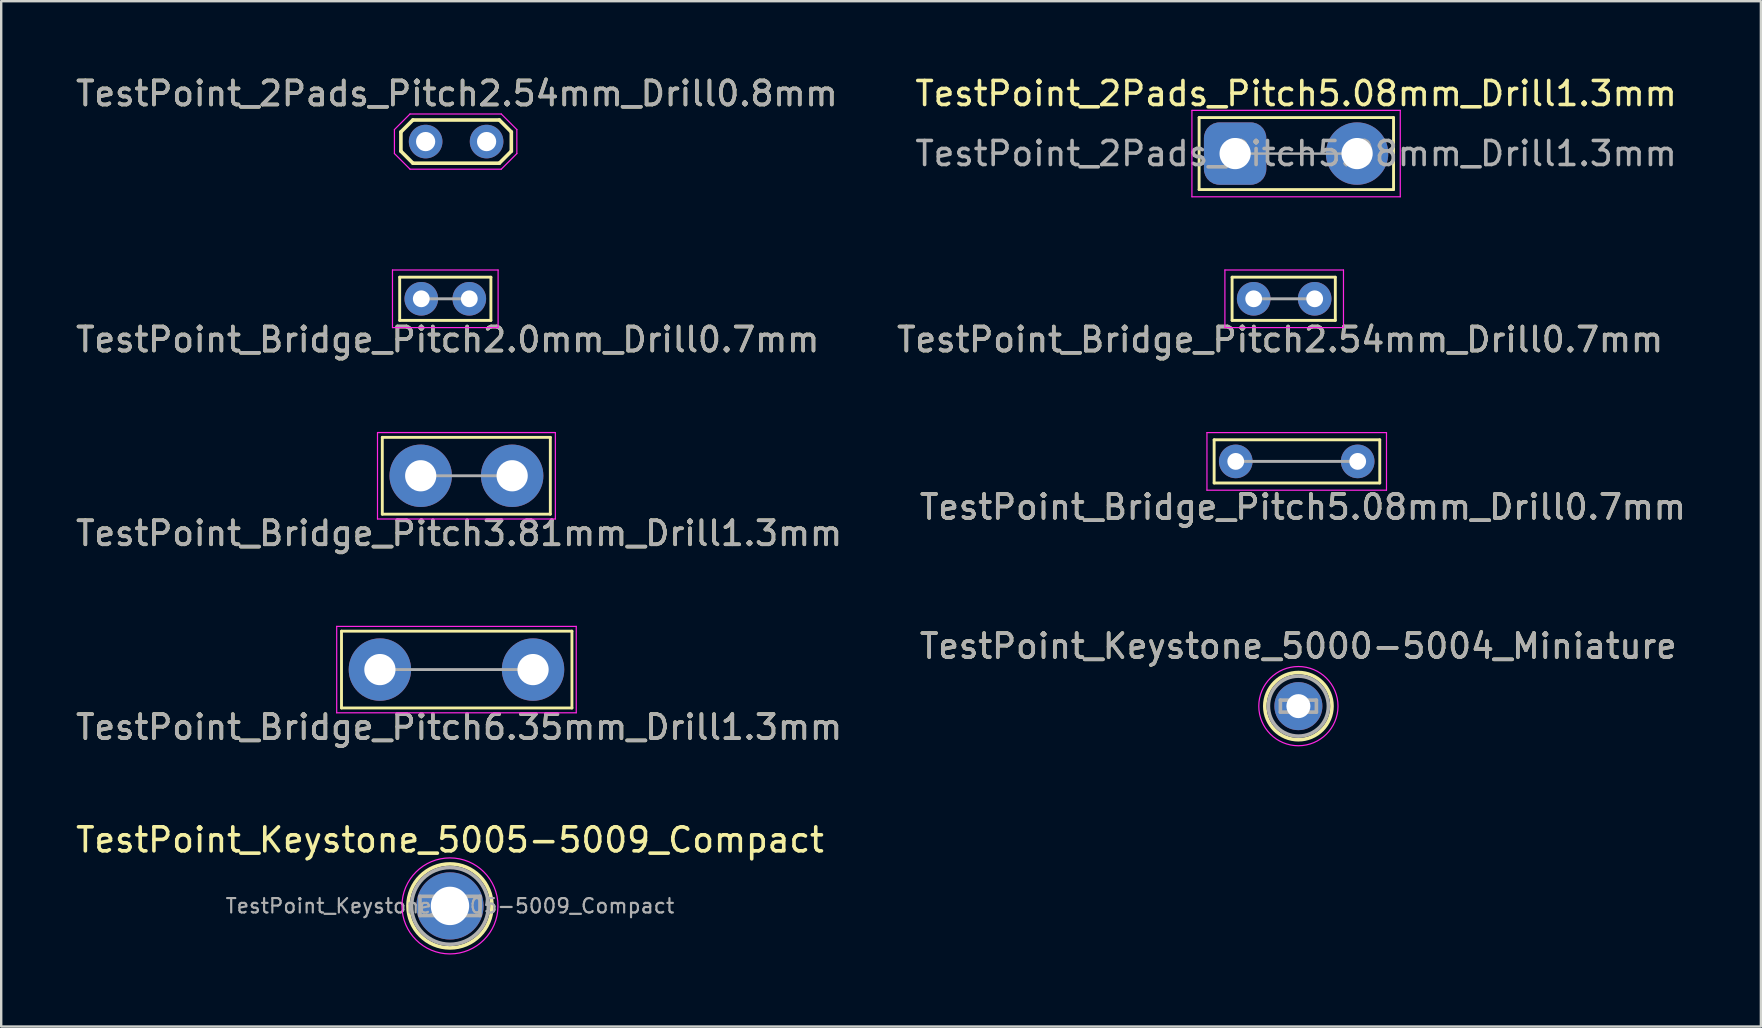
<source format=kicad_pcb>
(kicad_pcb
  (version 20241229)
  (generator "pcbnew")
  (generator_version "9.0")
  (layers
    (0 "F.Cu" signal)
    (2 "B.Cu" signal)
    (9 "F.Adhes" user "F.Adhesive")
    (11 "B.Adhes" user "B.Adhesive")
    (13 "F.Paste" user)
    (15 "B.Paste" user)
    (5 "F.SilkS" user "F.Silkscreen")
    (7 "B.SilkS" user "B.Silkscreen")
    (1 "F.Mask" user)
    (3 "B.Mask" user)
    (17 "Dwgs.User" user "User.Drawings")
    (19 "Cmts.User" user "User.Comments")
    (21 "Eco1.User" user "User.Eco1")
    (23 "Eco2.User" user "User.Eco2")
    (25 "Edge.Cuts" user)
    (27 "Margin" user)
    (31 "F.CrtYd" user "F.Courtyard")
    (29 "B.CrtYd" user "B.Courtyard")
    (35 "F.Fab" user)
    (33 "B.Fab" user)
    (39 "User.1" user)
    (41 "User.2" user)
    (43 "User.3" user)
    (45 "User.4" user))
  (footprint "TestPoint_Bridge_Pitch5.08mm_Drill0.7mm"
    (layer "F.Cu")
    (at 48.432 16.172)
    (property "Reference" "TestPoint_Bridge_Pitch5.08mm_Drill0.7mm" (at 2.8 1.9 0) (layer "F.SilkS") (effects (font (size 1 1) (thickness 0.15))))
    (attr through_hole)
    (fp_line (start -0.9 -0.9) (end 6 -0.9) (stroke (width 0.12) (type solid)) (layer "F.SilkS"))
    (fp_line (start -0.9 0.9) (end -0.9 -0.9) (stroke (width 0.12) (type solid)) (layer "F.SilkS"))
    (fp_line (start 6 -0.9) (end 6 0.9) (stroke (width 0.12) (type solid)) (layer "F.SilkS"))
    (fp_line (start 6 0.9) (end -0.9 0.9) (stroke (width 0.12) (type solid)) (layer "F.SilkS"))
    (fp_line (start -1.2 -1.2) (end -1.2 1.2) (stroke (width 0.05) (type solid)) (layer "F.CrtYd"))
    (fp_line (start -1.2 -1.2) (end 6.28 -1.2) (stroke (width 0.05) (type solid)) (layer "F.CrtYd"))
    (fp_line (start 6.28 1.2) (end -1.2 1.2) (stroke (width 0.05) (type solid)) (layer "F.CrtYd"))
    (fp_line (start 6.28 1.2) (end 6.28 -1.2) (stroke (width 0.05) (type solid)) (layer "F.CrtYd"))
    (fp_line (start 5.08 0) (end 0 0) (stroke (width 0.12) (type solid)) (layer "F.Fab"))
    (fp_text user "${REFERENCE}" (at 2.8 1.9 0) (layer "F.Fab") (effects (font (size 1 1) (thickness 0.15))))
    (pad "1" thru_hole circle (at 0 0) (size 1.4 1.4) (drill 0.7) (layers "*.Cu" "*.Mask"))
    (pad "1" thru_hole circle (at 5.08 0) (size 1.4 1.4) (drill 0.7) (layers "*.Cu" "*.Mask")))
  (footprint "TestPoint_2Pads_Pitch5.08mm_Drill1.3mm"
    (layer "F.Cu")
    (at 48.406 3.348)
    (property "Reference" "TestPoint_2Pads_Pitch5.08mm_Drill1.3mm" (at 2.54 -2.5 0) (layer "F.SilkS") (effects (font (size 1 1) (thickness 0.15))))
    (attr exclude_from_pos_files exclude_from_bom)
    (fp_line (start -1.5 -1.5) (end -1.5 1.5) (stroke (width 0.12) (type solid)) (layer "F.SilkS"))
    (fp_line (start -1.5 -1.5) (end 6.6 -1.5) (stroke (width 0.12) (type solid)) (layer "F.SilkS"))
    (fp_line (start 6.6 1.5) (end -1.5 1.5) (stroke (width 0.12) (type solid)) (layer "F.SilkS"))
    (fp_line (start 6.6 1.5) (end 6.6 -1.5) (stroke (width 0.12) (type solid)) (layer "F.SilkS"))
    (fp_line (start -1.8 -1.8) (end -1.8 1.8) (stroke (width 0.05) (type solid)) (layer "F.CrtYd"))
    (fp_line (start -1.8 -1.8) (end 6.88 -1.8) (stroke (width 0.05) (type solid)) (layer "F.CrtYd"))
    (fp_line (start 6.88 1.8) (end -1.8 1.8) (stroke (width 0.05) (type solid)) (layer "F.CrtYd"))
    (fp_line (start 6.88 1.8) (end 6.88 -1.8) (stroke (width 0.05) (type solid)) (layer "F.CrtYd"))
    (fp_line (start 5.08 0) (end 0 0) (stroke (width 0.1) (type solid)) (layer "F.Fab"))
    (fp_text user "${REFERENCE}" (at 2.54 0 0) (layer "F.Fab") (effects (font (size 1 1) (thickness 0.15))))
    (pad "1" thru_hole roundrect (at 0 0) (size 2.6 2.6) (drill 1.3) (layers "*.Cu" "*.Mask") (roundrect_rratio 0.25))
    (pad "2" thru_hole circle (at 5.08 0) (size 2.6 2.6) (drill 1.3) (layers "*.Cu" "*.Mask")))
  (footprint "TestPoint_Bridge_Pitch2.0mm_Drill0.7mm"
    (layer "F.Cu")
    (at 14.501 9.398)
    (property "Reference" "TestPoint_Bridge_Pitch2.0mm_Drill0.7mm" (at 1.1 1.7 0) (layer "F.SilkS") (effects (font (size 1 1) (thickness 0.15))))
    (attr through_hole)
    (fp_line (start -0.9 -0.9) (end -0.9 0.9) (stroke (width 0.12) (type solid)) (layer "F.SilkS"))
    (fp_line (start -0.9 0.9) (end 2.9 0.9) (stroke (width 0.12) (type solid)) (layer "F.SilkS"))
    (fp_line (start 2.9 -0.9) (end -0.9 -0.9) (stroke (width 0.12) (type solid)) (layer "F.SilkS"))
    (fp_line (start 2.9 0.9) (end 2.9 -0.9) (stroke (width 0.12) (type solid)) (layer "F.SilkS"))
    (fp_line (start -1.2 1.2) (end -1.2 -1.2) (stroke (width 0.05) (type solid)) (layer "F.CrtYd"))
    (fp_line (start -1.2 1.2) (end 3.2 1.2) (stroke (width 0.05) (type solid)) (layer "F.CrtYd"))
    (fp_line (start 3.2 -1.2) (end -1.2 -1.2) (stroke (width 0.05) (type solid)) (layer "F.CrtYd"))
    (fp_line (start 3.2 -1.2) (end 3.2 1.2) (stroke (width 0.05) (type solid)) (layer "F.CrtYd"))
    (fp_line (start 2 0) (end 0 0) (stroke (width 0.12) (type solid)) (layer "F.Fab"))
    (fp_text user "${REFERENCE}" (at 1.1 1.7 0) (layer "F.Fab") (effects (font (size 1 1) (thickness 0.15))))
    (pad "1" thru_hole circle (at 0 0) (size 1.4 1.4) (drill 0.7) (layers "*.Cu" "*.Mask"))
    (pad "1" thru_hole circle (at 2 0) (size 1.4 1.4) (drill 0.7) (layers "*.Cu" "*.Mask")))
  (footprint "TestPoint_Keystone_5000-5004_Miniature"
    (layer "F.Cu")
    (at 51.042 26.368)
    (property "Reference" "TestPoint_Keystone_5000-5004_Miniature" (at 0 -2.5 0) (layer "F.SilkS") (effects (font (size 1 1) (thickness 0.15))))
    (attr through_hole)
    (fp_circle (center 0 0) (end 1.4 0) (stroke (width 0.15) (type solid)) (fill no) (layer "F.SilkS"))
    (fp_circle (center 0 0) (end 1.65 0) (stroke (width 0.05) (type solid)) (fill no) (layer "F.CrtYd"))
    (fp_line (start -0.75 -0.25) (end 0.75 -0.25) (stroke (width 0.15) (type solid)) (layer "F.Fab"))
    (fp_line (start -0.75 0.25) (end -0.75 -0.25) (stroke (width 0.15) (type solid)) (layer "F.Fab"))
    (fp_line (start 0.75 -0.25) (end 0.75 0.25) (stroke (width 0.15) (type solid)) (layer "F.Fab"))
    (fp_line (start 0.75 0.25) (end -0.75 0.25) (stroke (width 0.15) (type solid)) (layer "F.Fab"))
    (fp_circle (center 0 0) (end 1.25 0) (stroke (width 0.15) (type solid)) (fill no) (layer "F.Fab"))
    (fp_text user "${REFERENCE}" (at 0 -2.5 0) (layer "F.Fab") (effects (font (size 1 1) (thickness 0.15))))
    (pad "1" thru_hole circle (at 0 0) (size 2 2) (drill 1) (layers "*.Cu" "*.Mask")))
  (footprint "TestPoint_Bridge_Pitch6.35mm_Drill1.3mm"
    (layer "F.Cu")
    (at 12.777 24.845)
    (property "Reference" "TestPoint_Bridge_Pitch6.35mm_Drill1.3mm" (at 3.3 2.4 0) (layer "F.SilkS") (effects (font (size 1 1) (thickness 0.15))))
    (attr through_hole)
    (fp_line (start -1.6 -1.6) (end 8 -1.6) (stroke (width 0.12) (type solid)) (layer "F.SilkS"))
    (fp_line (start -1.6 1.6) (end -1.6 -1.6) (stroke (width 0.12) (type solid)) (layer "F.SilkS"))
    (fp_line (start 8 -1.6) (end 8 1.6) (stroke (width 0.12) (type solid)) (layer "F.SilkS"))
    (fp_line (start 8 1.6) (end -1.6 1.6) (stroke (width 0.12) (type solid)) (layer "F.SilkS"))
    (fp_line (start -1.8 -1.8) (end -1.8 1.8) (stroke (width 0.05) (type solid)) (layer "F.CrtYd"))
    (fp_line (start -1.8 -1.8) (end 8.18 -1.8) (stroke (width 0.05) (type solid)) (layer "F.CrtYd"))
    (fp_line (start 8.18 1.8) (end -1.8 1.8) (stroke (width 0.05) (type solid)) (layer "F.CrtYd"))
    (fp_line (start 8.18 1.8) (end 8.18 -1.8) (stroke (width 0.05) (type solid)) (layer "F.CrtYd"))
    (fp_line (start 6.35 0) (end 0 0) (stroke (width 0.12) (type solid)) (layer "F.Fab"))
    (fp_text user "${REFERENCE}" (at 3.3 2.4 0) (layer "F.Fab") (effects (font (size 1 1) (thickness 0.15))))
    (pad "1" thru_hole circle (at 0 0) (size 2.6 2.6) (drill 1.3) (layers "*.Cu" "*.Mask"))
    (pad "1" thru_hole circle (at 6.38 0) (size 2.6 2.6) (drill 1.3) (layers "*.Cu" "*.Mask")))
  (footprint "TestPoint_Keystone_5005-5009_Compact"
    (layer "F.Cu")
    (at 15.696 34.691)
    (property "Reference" "TestPoint_Keystone_5005-5009_Compact" (at 0 -2.75 0) (layer "F.SilkS") (effects (font (size 1 1) (thickness 0.15))))
    (attr through_hole)
    (fp_circle (center 0 0) (end 1.75 0) (stroke (width 0.15) (type solid)) (fill no) (layer "F.SilkS"))
    (fp_circle (center 0 0) (end 2 0) (stroke (width 0.05) (type solid)) (fill no) (layer "F.CrtYd"))
    (fp_line (start -1.25 -0.4) (end 1.25 -0.4) (stroke (width 0.15) (type solid)) (layer "F.Fab"))
    (fp_line (start -1.25 0.4) (end -1.25 -0.4) (stroke (width 0.15) (type solid)) (layer "F.Fab"))
    (fp_line (start 1.25 -0.4) (end 1.25 0.4) (stroke (width 0.15) (type solid)) (layer "F.Fab"))
    (fp_line (start 1.25 0.4) (end -1.25 0.4) (stroke (width 0.15) (type solid)) (layer "F.Fab"))
    (fp_circle (center 0 0) (end 1.6 0) (stroke (width 0.15) (type solid)) (fill no) (layer "F.Fab"))
    (fp_text user "${REFERENCE}" (at 0 0 0) (layer "F.Fab") (effects (font (size 0.6 0.6) (thickness 0.09))))
    (pad "1" thru_hole circle (at 0 0) (size 2.8 2.8) (drill 1.6) (layers "*.Cu" "*.Mask")))
  (footprint "TestPoint_Bridge_Pitch3.81mm_Drill1.3mm"
    (layer "F.Cu")
    (at 14.477 16.771)
    (property "Reference" "TestPoint_Bridge_Pitch3.81mm_Drill1.3mm" (at 1.6 2.4 0) (layer "F.SilkS") (effects (font (size 1 1) (thickness 0.15))))
    (attr through_hole)
    (fp_line (start -1.6 -1.6) (end 5.4 -1.6) (stroke (width 0.12) (type solid)) (layer "F.SilkS"))
    (fp_line (start -1.6 1.6) (end -1.6 -1.6) (stroke (width 0.12) (type solid)) (layer "F.SilkS"))
    (fp_line (start 5.4 -1.6) (end 5.4 1.6) (stroke (width 0.12) (type solid)) (layer "F.SilkS"))
    (fp_line (start 5.4 1.6) (end -1.6 1.6) (stroke (width 0.12) (type solid)) (layer "F.SilkS"))
    (fp_line (start -1.8 -1.8) (end -1.8 1.8) (stroke (width 0.05) (type solid)) (layer "F.CrtYd"))
    (fp_line (start -1.8 -1.8) (end 5.61 -1.8) (stroke (width 0.05) (type solid)) (layer "F.CrtYd"))
    (fp_line (start 5.61 1.8) (end -1.8 1.8) (stroke (width 0.05) (type solid)) (layer "F.CrtYd"))
    (fp_line (start 5.61 1.8) (end 5.61 -1.8) (stroke (width 0.05) (type solid)) (layer "F.CrtYd"))
    (fp_line (start 3.81 0) (end 0 0) (stroke (width 0.12) (type solid)) (layer "F.Fab"))
    (fp_text user "${REFERENCE}" (at 1.6 2.4 0) (layer "F.Fab") (effects (font (size 1 1) (thickness 0.15))))
    (pad "1" thru_hole circle (at 0 0) (size 2.6 2.6) (drill 1.3) (layers "*.Cu" "*.Mask"))
    (pad "1" thru_hole circle (at 3.81 0) (size 2.6 2.6) (drill 1.3) (layers "*.Cu" "*.Mask")))
  (footprint "TestPoint_2Pads_Pitch2.54mm_Drill0.8mm"
    (layer "F.Cu")
    (at 14.682 2.848)
    (property "Reference" "TestPoint_2Pads_Pitch2.54mm_Drill0.8mm" (at 1.3 -2 0) (layer "F.SilkS") (effects (font (size 1 1) (thickness 0.15))))
    (attr exclude_from_pos_files exclude_from_bom)
    (fp_line (start -1.03 -0.4) (end -0.53 -0.9) (stroke (width 0.15) (type solid)) (layer "F.SilkS"))
    (fp_line (start -1.03 0.4) (end -1.03 -0.4) (stroke (width 0.15) (type solid)) (layer "F.SilkS"))
    (fp_line (start -0.53 -0.9) (end 3.07 -0.9) (stroke (width 0.15) (type solid)) (layer "F.SilkS"))
    (fp_line (start -0.53 0.9) (end -1.03 0.4) (stroke (width 0.15) (type solid)) (layer "F.SilkS"))
    (fp_line (start 3.07 -0.9) (end 3.57 -0.4) (stroke (width 0.15) (type solid)) (layer "F.SilkS"))
    (fp_line (start 3.07 0.9) (end -0.53 0.9) (stroke (width 0.15) (type solid)) (layer "F.SilkS"))
    (fp_line (start 3.57 -0.4) (end 3.57 0.4) (stroke (width 0.15) (type solid)) (layer "F.SilkS"))
    (fp_line (start 3.57 0.4) (end 3.07 0.9) (stroke (width 0.15) (type solid)) (layer "F.SilkS"))
    (fp_line (start -1.3 -0.5) (end -1.3 0.5) (stroke (width 0.05) (type solid)) (layer "F.CrtYd"))
    (fp_line (start -1.3 0.5) (end -0.65 1.15) (stroke (width 0.05) (type solid)) (layer "F.CrtYd"))
    (fp_line (start -0.65 -1.15) (end -1.3 -0.5) (stroke (width 0.05) (type solid)) (layer "F.CrtYd"))
    (fp_line (start -0.65 1.15) (end 3.15 1.15) (stroke (width 0.05) (type solid)) (layer "F.CrtYd"))
    (fp_line (start 3.15 -1.15) (end -0.65 -1.15) (stroke (width 0.05) (type solid)) (layer "F.CrtYd"))
    (fp_line (start 3.15 1.15) (end 3.8 0.5) (stroke (width 0.05) (type solid)) (layer "F.CrtYd"))
    (fp_line (start 3.8 -0.5) (end 3.15 -1.15) (stroke (width 0.05) (type solid)) (layer "F.CrtYd"))
    (fp_line (start 3.8 0.5) (end 3.8 -0.5) (stroke (width 0.05) (type solid)) (layer "F.CrtYd"))
    (fp_text user "${REFERENCE}" (at 1.3 -2 0) (layer "F.Fab") (effects (font (size 1 1) (thickness 0.15))))
    (pad "1" thru_hole circle (at 0 0) (size 1.4 1.4) (drill 0.8) (layers "*.Cu" "*.Mask"))
    (pad "2" thru_hole circle (at 2.54 0) (size 1.4 1.4) (drill 0.8) (layers "*.Cu" "*.Mask")))
  (footprint "TestPoint_Bridge_Pitch2.54mm_Drill0.7mm"
    (layer "F.Cu")
    (at 49.18 9.398)
    (property "Reference" "TestPoint_Bridge_Pitch2.54mm_Drill0.7mm" (at 1.1 1.7 0) (layer "F.SilkS") (effects (font (size 1 1) (thickness 0.15))))
    (attr through_hole)
    (fp_line (start -0.9 -0.9) (end -0.9 0.9) (stroke (width 0.12) (type solid)) (layer "F.SilkS"))
    (fp_line (start -0.9 -0.9) (end 3.4 -0.9) (stroke (width 0.12) (type solid)) (layer "F.SilkS"))
    (fp_line (start 3.4 0.9) (end -0.9 0.9) (stroke (width 0.12) (type solid)) (layer "F.SilkS"))
    (fp_line (start 3.4 0.9) (end 3.4 -0.9) (stroke (width 0.12) (type solid)) (layer "F.SilkS"))
    (fp_line (start -1.2 -1.2) (end -1.2 1.2) (stroke (width 0.05) (type solid)) (layer "F.CrtYd"))
    (fp_line (start -1.2 -1.2) (end 3.74 -1.2) (stroke (width 0.05) (type solid)) (layer "F.CrtYd"))
    (fp_line (start 3.74 1.2) (end -1.2 1.2) (stroke (width 0.05) (type solid)) (layer "F.CrtYd"))
    (fp_line (start 3.74 1.2) (end 3.74 -1.2) (stroke (width 0.05) (type solid)) (layer "F.CrtYd"))
    (fp_line (start 2.54 0) (end 0 0) (stroke (width 0.12) (type solid)) (layer "F.Fab"))
    (fp_text user "${REFERENCE}" (at 1.1 1.7 0) (layer "F.Fab") (effects (font (size 1 1) (thickness 0.15))))
    (pad "1" thru_hole circle (at 0 0) (size 1.4 1.4) (drill 0.7) (layers "*.Cu" "*.Mask"))
    (pad "1" thru_hole circle (at 2.54 0) (size 1.4 1.4) (drill 0.7) (layers "*.Cu" "*.Mask")))
  (gr_rect
    (start -3 -3)
    (end 70.31 39.716)
    (stroke (width 0.1) (type default))
    (fill no)
    (layer "Edge.Cuts")))
</source>
